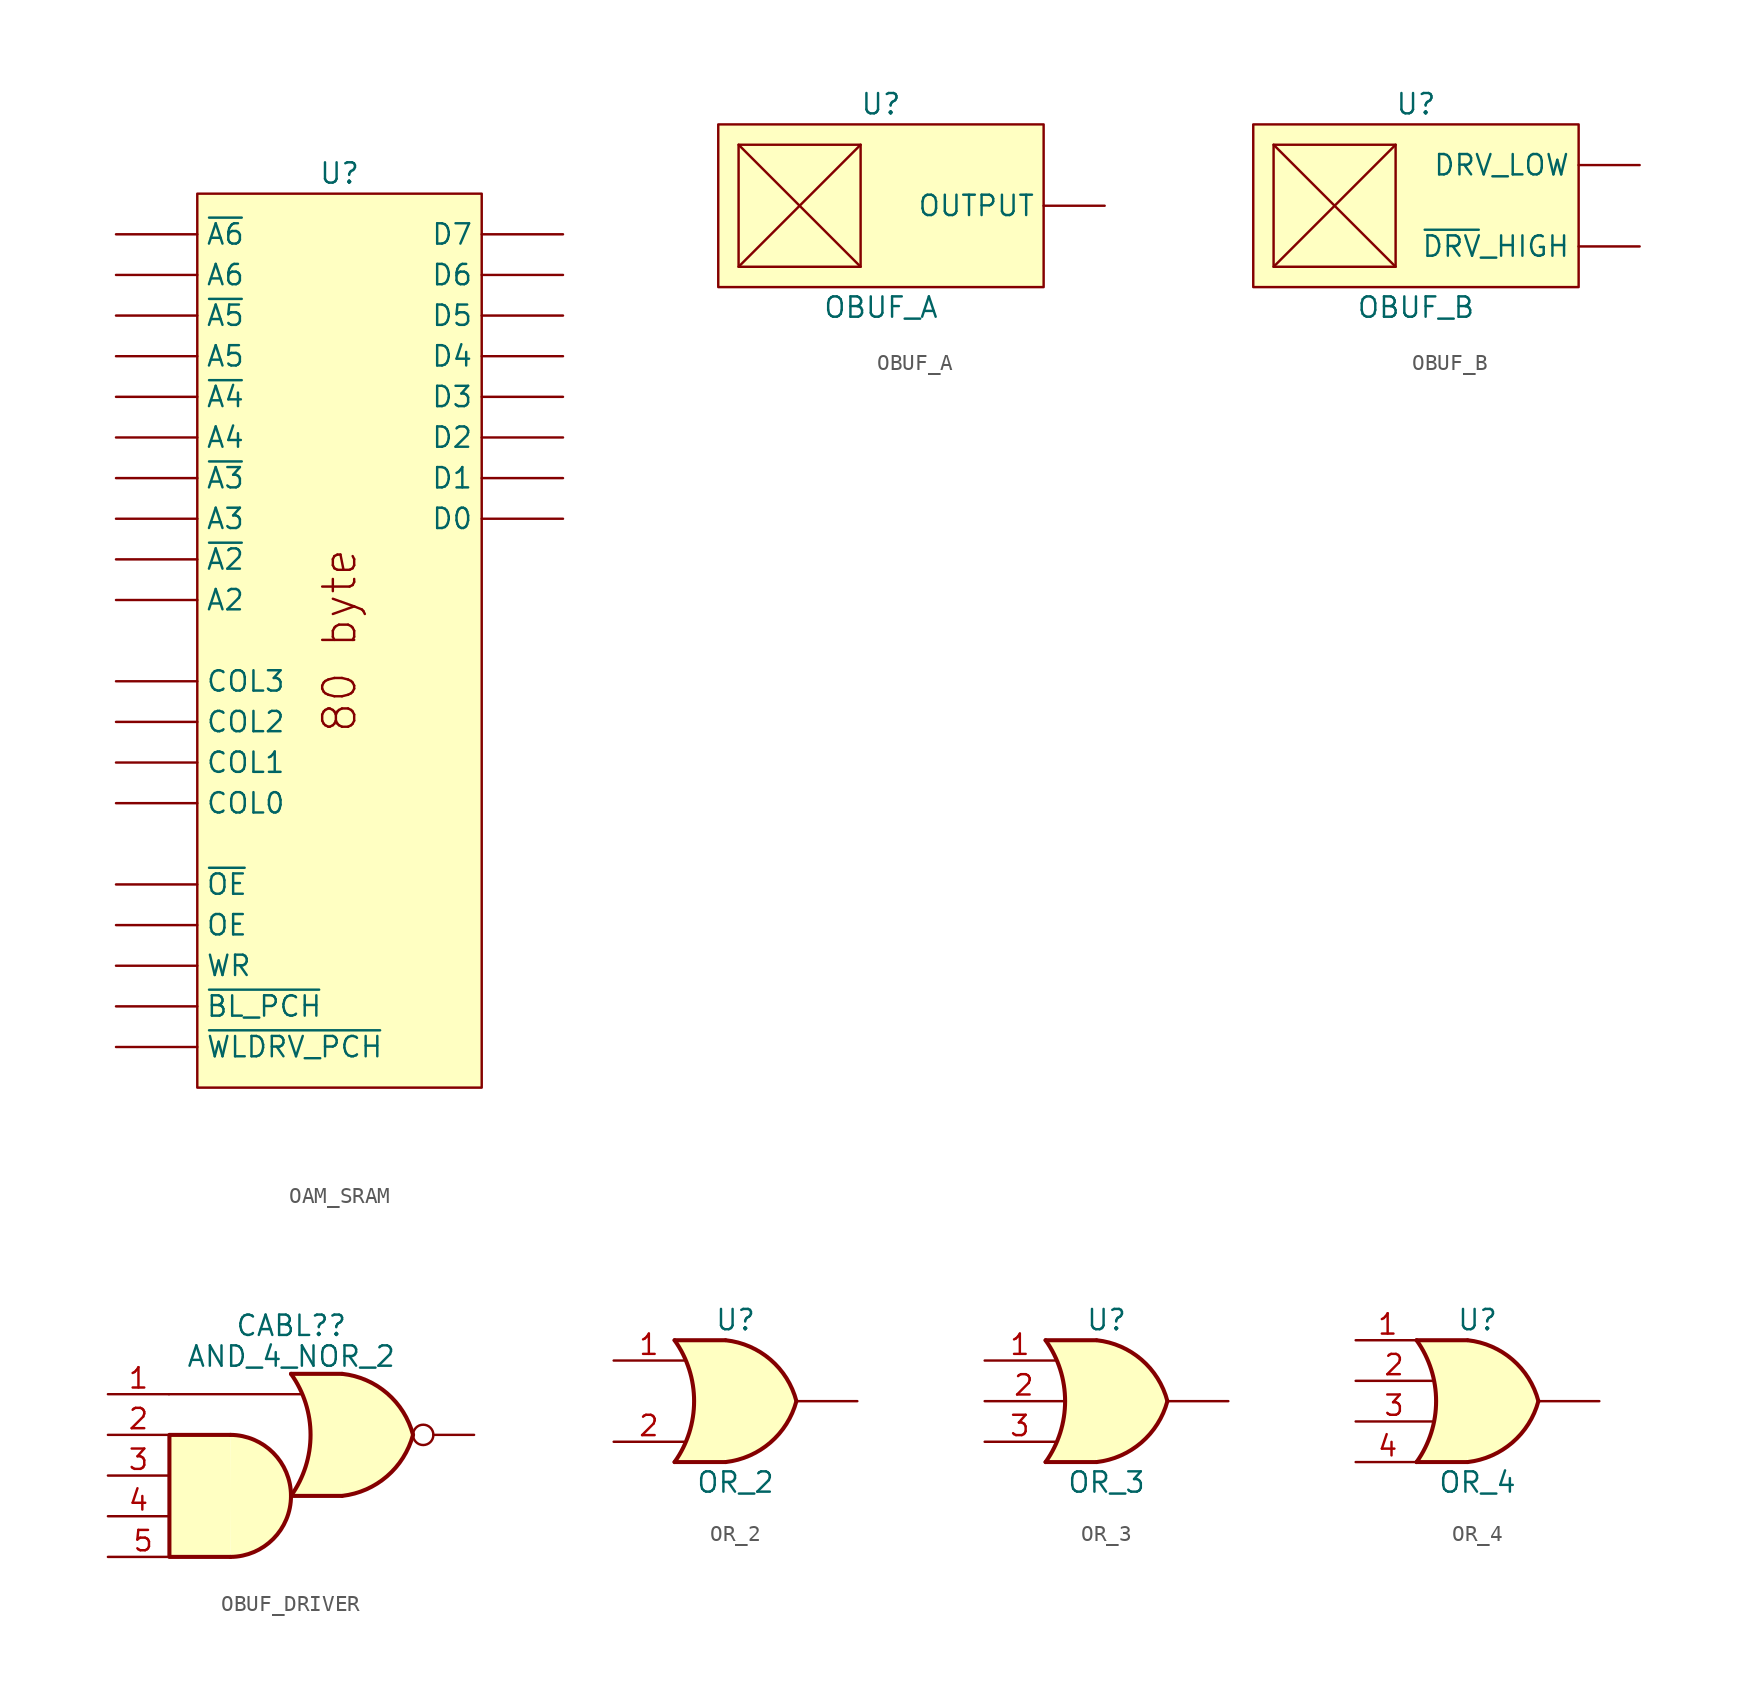
<source format=kicad_sym>
(kicad_symbol_lib
  (version 20220914)
  (generator kicad_symbol_editor)
  (symbol "OAM_SRAM"
    (pin_numbers hide)
    (property "Reference" "U"
      (at 0 29.21 0)
      (effects (font (size 1.27 1.27))))
    (symbol "OAM_SRAM_0_0"
      (text "80 byte" (at 0 0 900) (effects (font (size 2 2)))))
    (symbol "OAM_SRAM_0_1"
      (rectangle (start -8.89 27.94) (end 8.89 -27.94) (stroke (width 0) (type default)) (fill (type background))))
    (symbol "OAM_SRAM_1_1"
      (pin input line (at -13.97 25.4 0) (length 5.08) (name "~{A6}" (effects (font (size 1.27 1.27)))) (number "1" (effects (font (size 1.27 1.27)))))
      (pin input line (at -13.97 2.54 0) (length 5.08) (name "A2" (effects (font (size 1.27 1.27)))) (number "10" (effects (font (size 1.27 1.27)))))
      (pin input line (at -13.97 -2.54 0) (length 5.08) (name "COL3" (effects (font (size 1.27 1.27)))) (number "11" (effects (font (size 1.27 1.27)))))
      (pin input line (at -13.97 -5.08 0) (length 5.08) (name "COL2" (effects (font (size 1.27 1.27)))) (number "12" (effects (font (size 1.27 1.27)))))
      (pin input line (at -13.97 -7.62 0) (length 5.08) (name "COL1" (effects (font (size 1.27 1.27)))) (number "13" (effects (font (size 1.27 1.27)))))
      (pin input line (at -13.97 -10.16 0) (length 5.08) (name "COL0" (effects (font (size 1.27 1.27)))) (number "14" (effects (font (size 1.27 1.27)))))
      (pin input line (at -13.97 -15.24 0) (length 5.08) (name "~{OE}" (effects (font (size 1.27 1.27)))) (number "15" (effects (font (size 1.27 1.27)))))
      (pin input line (at -13.97 -17.78 0) (length 5.08) (name "OE" (effects (font (size 1.27 1.27)))) (number "16" (effects (font (size 1.27 1.27)))))
      (pin input line (at -13.97 -20.32 0) (length 5.08) (name "WR" (effects (font (size 1.27 1.27)))) (number "17" (effects (font (size 1.27 1.27)))))
      (pin input line (at -13.97 -22.86 0) (length 5.08) (name "~{BL_PCH}" (effects (font (size 1.27 1.27)))) (number "18" (effects (font (size 1.27 1.27)))))
      (pin input line (at -13.97 -25.4 0) (length 5.08) (name "~{WLDRV_PCH}" (effects (font (size 1.27 1.27)))) (number "19" (effects (font (size 1.27 1.27)))))
      (pin input line (at -13.97 22.86 0) (length 5.08) (name "A6" (effects (font (size 1.27 1.27)))) (number "2" (effects (font (size 1.27 1.27)))))
      (pin bidirectional line (at 13.97 25.4 180) (length 5.08) (name "D7" (effects (font (size 1.27 1.27)))) (number "20" (effects (font (size 1.27 1.27)))))
      (pin bidirectional line (at 13.97 22.86 180) (length 5.08) (name "D6" (effects (font (size 1.27 1.27)))) (number "21" (effects (font (size 1.27 1.27)))))
      (pin bidirectional line (at 13.97 20.32 180) (length 5.08) (name "D5" (effects (font (size 1.27 1.27)))) (number "22" (effects (font (size 1.27 1.27)))))
      (pin bidirectional line (at 13.97 17.78 180) (length 5.08) (name "D4" (effects (font (size 1.27 1.27)))) (number "23" (effects (font (size 1.27 1.27)))))
      (pin bidirectional line (at 13.97 15.24 180) (length 5.08) (name "D3" (effects (font (size 1.27 1.27)))) (number "24" (effects (font (size 1.27 1.27)))))
      (pin bidirectional line (at 13.97 12.7 180) (length 5.08) (name "D2" (effects (font (size 1.27 1.27)))) (number "25" (effects (font (size 1.27 1.27)))))
      (pin bidirectional line (at 13.97 10.16 180) (length 5.08) (name "D1" (effects (font (size 1.27 1.27)))) (number "26" (effects (font (size 1.27 1.27)))))
      (pin bidirectional line (at 13.97 7.62 180) (length 5.08) (name "D0" (effects (font (size 1.27 1.27)))) (number "27" (effects (font (size 1.27 1.27)))))
      (pin input line (at -13.97 20.32 0) (length 5.08) (name "~{A5}" (effects (font (size 1.27 1.27)))) (number "3" (effects (font (size 1.27 1.27)))))
      (pin input line (at -13.97 17.78 0) (length 5.08) (name "A5" (effects (font (size 1.27 1.27)))) (number "4" (effects (font (size 1.27 1.27)))))
      (pin input line (at -13.97 15.24 0) (length 5.08) (name "~{A4}" (effects (font (size 1.27 1.27)))) (number "5" (effects (font (size 1.27 1.27)))))
      (pin input line (at -13.97 12.7 0) (length 5.08) (name "A4" (effects (font (size 1.27 1.27)))) (number "6" (effects (font (size 1.27 1.27)))))
      (pin input line (at -13.97 10.16 0) (length 5.08) (name "~{A3}" (effects (font (size 1.27 1.27)))) (number "7" (effects (font (size 1.27 1.27)))))
      (pin input line (at -13.97 7.62 0) (length 5.08) (name "A3" (effects (font (size 1.27 1.27)))) (number "8" (effects (font (size 1.27 1.27)))))
      (pin input line (at -13.97 5.08 0) (length 5.08) (name "~{A2}" (effects (font (size 1.27 1.27)))) (number "9" (effects (font (size 1.27 1.27)))))))
  (symbol "OBUF_A"
    (pin_numbers hide)
    (property "Reference" "U"
      (at 0 6.35 0)
      (effects (font (size 1.27 1.27))))
    (property "Value" "OBUF_A"
      (at 0 -6.35 0)
      (effects (font (size 1.27 1.27))))
    (symbol "OBUF_A_0_1"
      (rectangle (start -10.16 5.08) (end 10.16 -5.08) (stroke (width 0) (type default)) (fill (type background)))
      (rectangle (start -8.89 3.81) (end -1.27 -3.81) (stroke (width 0) (type default)) (fill (type none)))
      (polyline (pts (xy -8.89 -3.81) (xy -1.27 3.81)) (stroke (width 0) (type default)) (fill (type none)))
      (polyline (pts (xy -1.27 -3.81) (xy -8.89 3.81)) (stroke (width 0) (type default)) (fill (type none))))
    (symbol "OBUF_A_1_1"
      (pin input line (at 13.97 0 180) (length 3.81) (name "OUTPUT" (effects (font (size 1.27 1.27)))) (number "1" (effects (font (size 1.27 1.27)))))))
  (symbol "OBUF_B"
    (pin_numbers hide)
    (property "Reference" "U"
      (at 0 6.35 0)
      (effects (font (size 1.27 1.27))))
    (property "Value" "OBUF_B"
      (at 0 -6.35 0)
      (effects (font (size 1.27 1.27))))
    (symbol "OBUF_B_0_1"
      (rectangle (start -10.16 5.08) (end 10.16 -5.08) (stroke (width 0) (type default)) (fill (type background)))
      (rectangle (start -8.89 3.81) (end -1.27 -3.81) (stroke (width 0) (type default)) (fill (type none)))
      (polyline (pts (xy -8.89 -3.81) (xy -1.27 3.81)) (stroke (width 0) (type default)) (fill (type none)))
      (polyline (pts (xy -1.27 -3.81) (xy -8.89 3.81)) (stroke (width 0) (type default)) (fill (type none))))
    (symbol "OBUF_B_1_1"
      (pin input line (at 13.97 2.54 180) (length 3.81) (name "DRV_LOW" (effects (font (size 1.27 1.27)))) (number "1" (effects (font (size 1.27 1.27)))))
      (pin input line (at 13.97 -2.54 180) (length 3.81) (name "~{DRV}_HIGH" (effects (font (size 1.27 1.27)))) (number "2" (effects (font (size 1.27 1.27)))))))
  (symbol "OBUF_DRIVER"
    (pin_names hide)
    (property "Reference" "CABL?"
      (at 3.824 8.09 0)
      (effects (font (size 1.27 1.27))))
    (property "Value" "AND_4_NOR_2"
      (at 3.824 6.169 0)
      (effects (font (size 1.27 1.27))))
    (symbol "OBUF_DRIVER_0_1"
      (polyline (pts (xy -3.81 3.81) (xy 4.445 3.81)) (stroke (width 0) (type default)) (fill (type none))))
    (symbol "OBUF_DRIVER_1_1"
      (polyline (pts (xy 3.81 -2.54) (xy 6.985 -2.54)) (stroke (width 0.254) (type default)) (fill (type background)))
      (polyline (pts (xy 3.81 5.08) (xy 6.985 5.08)) (stroke (width 0.254) (type default)) (fill (type background)))
      (polyline (pts (xy 0.028 1.27) (xy -3.782 1.27) (xy -3.782 -6.35) (xy 0.028 -6.35)) (stroke (width 0.254) (type default)) (fill (type background)))
      (polyline (pts (xy 6.985 5.08) (xy 3.81 5.08) (xy 3.81 5.08) (xy 4.064 4.674) (xy 4.597 3.531) (xy 4.927 2.311) (xy 5.004 1.016) (xy 4.851 -0.229) (xy 4.445 -1.448) (xy 3.81 -2.54) (xy 3.81 -2.54) (xy 6.985 -2.54)) (stroke (width -25.4) (type default)) (fill (type background)))
      (arc (start 0.0276 -6.35) (mid 3.8101 -2.54) (end 0.0276 1.27) (stroke (width 0.254) (type default)) (fill (type background)))
      (arc (start 3.8098 -2.54) (mid 5.0308 1.27) (end 3.8098 5.08) (stroke (width 0.254) (type default)) (fill (type none)))
      (arc (start 7.0102 -2.54) (mid 9.8053 -1.314) (end 11.4298 1.27) (stroke (width 0.254) (type default)) (fill (type background)))
      (arc (start 11.4298 1.27) (mid 9.8126 3.8625) (end 7.0102 5.08) (stroke (width 0.254) (type default)) (fill (type background)))
      (pin input line (at -7.62 3.81 0) (length 3.81) (name "~" (effects (font (size 1.27 1.27)))) (number "1" (effects (font (size 1.27 1.27)))))
      (pin input line (at -7.62 1.27 0) (length 3.81) (name "~" (effects (font (size 1.27 1.27)))) (number "2" (effects (font (size 1.27 1.27)))))
      (pin input line (at -7.62 -1.27 0) (length 3.81) (name "~" (effects (font (size 1.27 1.27)))) (number "3" (effects (font (size 1.27 1.27)))))
      (pin output inverted (at 15.24 1.27 180) (length 3.81) (name "~" (effects (font (size 1.27 1.27)))) (number "3" (effects (font (size 0 0)))))
      (pin input line (at -7.62 -3.81 0) (length 3.81) (name "~" (effects (font (size 1.27 1.27)))) (number "4" (effects (font (size 1.27 1.27)))))
      (pin input line (at -7.62 -6.35 0) (length 4.4) (name "~" (effects (font (size 1.27 1.27)))) (number "5" (effects (font (size 1.27 1.27)))))))
  (symbol "OR_2"
    (pin_names hide)
    (property "Reference" "U"
      (at 0 5.08 0)
      (effects (font (size 1.27 1.27))))
    (property "Value" "OR_2"
      (at 0 -5.08 0)
      (effects (font (size 1.27 1.27))))
    (symbol "OR_2_1_1"
      (arc (start -3.8102 -3.81) (mid -2.5892 0) (end -3.8102 3.81) (stroke (width 0.254) (type default)) (fill (type none)))
      (arc (start -0.6098 -3.81) (mid 2.1853 -2.584) (end 3.8098 0) (stroke (width 0.254) (type default)) (fill (type background)))
      (polyline (pts (xy -3.81 -3.81) (xy -0.635 -3.81)) (stroke (width 0.254) (type default)) (fill (type background)))
      (polyline (pts (xy -3.81 3.81) (xy -0.635 3.81)) (stroke (width 0.254) (type default)) (fill (type background)))
      (polyline (pts (xy -0.635 3.81) (xy -3.81 3.81) (xy -3.81 3.81) (xy -3.556 3.404) (xy -3.023 2.261) (xy -2.693 1.041) (xy -2.616 -0.254) (xy -2.769 -1.499) (xy -3.175 -2.718) (xy -3.81 -3.81) (xy -3.81 -3.81) (xy -0.635 -3.81)) (stroke (width -25.4) (type default)) (fill (type background)))
      (arc (start 3.8098 0) (mid 2.1926 2.5925) (end -0.6098 3.81) (stroke (width 0.254) (type default)) (fill (type background)))
      (pin input line (at -7.62 2.54 0) (length 4.4) (name "~" (effects (font (size 1.27 1.27)))) (number "1" (effects (font (size 1.27 1.27)))))
      (pin input line (at -7.62 -2.54 0) (length 4.4) (name "~" (effects (font (size 1.27 1.27)))) (number "2" (effects (font (size 1.27 1.27)))))
      (pin output line (at 7.62 0 180) (length 3.81) (name "~" (effects (font (size 1.27 1.27)))) (number "3" (effects (font (size 0 0)))))))
  (symbol "OR_3"
    (pin_names hide)
    (property "Reference" "U"
      (at 0 5.08 0)
      (effects (font (size 1.27 1.27))))
    (property "Value" "OR_3"
      (at 0 -5.08 0)
      (effects (font (size 1.27 1.27))))
    (symbol "OR_3_1_1"
      (arc (start -3.8102 -3.81) (mid -2.5892 0) (end -3.8102 3.81) (stroke (width 0.254) (type default)) (fill (type none)))
      (arc (start -0.6098 -3.81) (mid 2.1853 -2.584) (end 3.8098 0) (stroke (width 0.254) (type default)) (fill (type background)))
      (polyline (pts (xy -3.81 -3.81) (xy -0.635 -3.81)) (stroke (width 0.254) (type default)) (fill (type background)))
      (polyline (pts (xy -3.81 3.81) (xy -0.635 3.81)) (stroke (width 0.254) (type default)) (fill (type background)))
      (polyline (pts (xy -0.635 3.81) (xy -3.81 3.81) (xy -3.81 3.81) (xy -3.556 3.404) (xy -3.023 2.261) (xy -2.693 1.041) (xy -2.616 -0.254) (xy -2.769 -1.499) (xy -3.175 -2.718) (xy -3.81 -3.81) (xy -3.81 -3.81) (xy -0.635 -3.81)) (stroke (width -25.4) (type default)) (fill (type background)))
      (arc (start 3.8098 0) (mid 2.1926 2.5925) (end -0.6098 3.81) (stroke (width 0.254) (type default)) (fill (type background)))
      (pin input line (at -7.62 2.54 0) (length 4.4) (name "~" (effects (font (size 1.27 1.27)))) (number "1" (effects (font (size 1.27 1.27)))))
      (pin input line (at -7.62 0 0) (length 4.9) (name "~" (effects (font (size 1.27 1.27)))) (number "2" (effects (font (size 1.27 1.27)))))
      (pin input line (at -7.62 -2.54 0) (length 4.4) (name "~" (effects (font (size 1.27 1.27)))) (number "3" (effects (font (size 1.27 1.27)))))
      (pin output line (at 7.62 0 180) (length 3.81) (name "~" (effects (font (size 1.27 1.27)))) (number "4" (effects (font (size 0 0)))))))
  (symbol "OR_4"
    (pin_names hide)
    (property "Reference" "U"
      (at 0 5.08 0)
      (effects (font (size 1.27 1.27))))
    (property "Value" "OR_4"
      (at 0 -5.08 0)
      (effects (font (size 1.27 1.27))))
    (symbol "OR_4_1_1"
      (arc (start -3.8102 -3.81) (mid -2.5892 0) (end -3.8102 3.81) (stroke (width 0.254) (type default)) (fill (type none)))
      (arc (start -0.6098 -3.81) (mid 2.1853 -2.584) (end 3.8098 0) (stroke (width 0.254) (type default)) (fill (type background)))
      (polyline (pts (xy -3.81 -3.81) (xy -0.635 -3.81)) (stroke (width 0.254) (type default)) (fill (type background)))
      (polyline (pts (xy -3.81 3.81) (xy -0.635 3.81)) (stroke (width 0.254) (type default)) (fill (type background)))
      (polyline (pts (xy -0.635 3.81) (xy -3.81 3.81) (xy -3.81 3.81) (xy -3.556 3.404) (xy -3.023 2.261) (xy -2.693 1.041) (xy -2.616 -0.254) (xy -2.769 -1.499) (xy -3.175 -2.718) (xy -3.81 -3.81) (xy -3.81 -3.81) (xy -0.635 -3.81)) (stroke (width -25.4) (type default)) (fill (type background)))
      (arc (start 3.8098 0) (mid 2.1926 2.5925) (end -0.6098 3.81) (stroke (width 0.254) (type default)) (fill (type background)))
      (pin input line (at -7.62 3.81 0) (length 4) (name "~" (effects (font (size 1.27 1.27)))) (number "1" (effects (font (size 1.27 1.27)))))
      (pin input line (at -7.62 1.27 0) (length 4.8) (name "~" (effects (font (size 1.27 1.27)))) (number "2" (effects (font (size 1.27 1.27)))))
      (pin input line (at -7.62 -1.27 0) (length 4.8) (name "~" (effects (font (size 1.27 1.27)))) (number "3" (effects (font (size 1.27 1.27)))))
      (pin input line (at -7.62 -3.81 0) (length 4) (name "~" (effects (font (size 1.27 1.27)))) (number "4" (effects (font (size 1.27 1.27)))))
      (pin output line (at 7.62 0 180) (length 3.81) (name "~" (effects (font (size 1.27 1.27)))) (number "5" (effects (font (size 0 0))))))))
</source>
